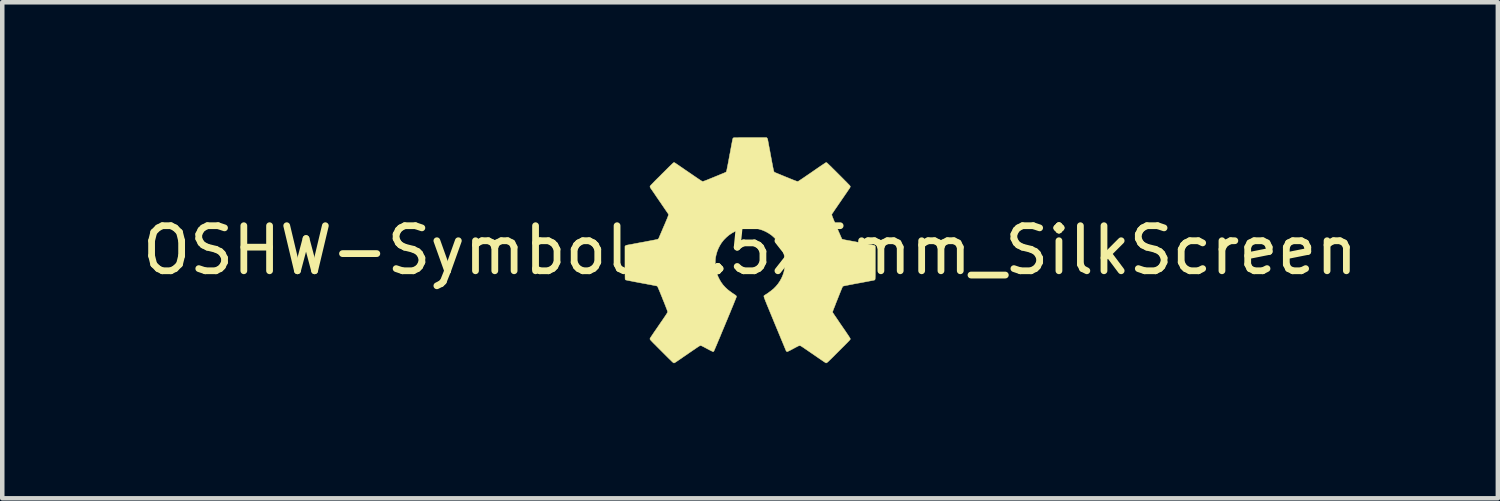
<source format=kicad_pcb>
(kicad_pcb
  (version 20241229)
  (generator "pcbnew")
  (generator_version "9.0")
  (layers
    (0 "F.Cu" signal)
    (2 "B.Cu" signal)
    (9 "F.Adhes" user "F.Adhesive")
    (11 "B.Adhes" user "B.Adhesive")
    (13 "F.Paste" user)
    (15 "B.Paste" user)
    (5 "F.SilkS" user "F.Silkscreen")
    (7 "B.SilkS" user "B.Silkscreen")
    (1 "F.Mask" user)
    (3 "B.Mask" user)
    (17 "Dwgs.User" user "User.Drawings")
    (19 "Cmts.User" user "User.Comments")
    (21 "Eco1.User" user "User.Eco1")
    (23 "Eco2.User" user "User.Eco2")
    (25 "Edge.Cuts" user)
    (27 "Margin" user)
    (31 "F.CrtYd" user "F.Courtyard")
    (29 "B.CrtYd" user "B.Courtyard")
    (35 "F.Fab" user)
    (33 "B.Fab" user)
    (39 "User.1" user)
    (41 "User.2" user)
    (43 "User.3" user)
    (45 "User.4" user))
  (footprint "OSHW-Symbol_5.5x5mm_SilkScreen"
    (layer "F.Cu")
    (at 13.601 2.506)
    (property "Reference" "OSHW-Symbol_5.5x5mm_SilkScreen" (at 0 0 0) (layer "F.SilkS") (effects (font (size 1 1) (thickness 0.15))))
    (attr exclude_from_pos_files exclude_from_bom)
    (fp_poly (pts (xy 0.377 -2.491) (xy 0.387 -2.476) (xy 0.392 -2.461) (xy 0.393 -2.454) (xy 0.395 -2.441) (xy 0.399 -2.422) (xy 0.403 -2.398) (xy 0.409 -2.368) (xy 0.415 -2.334) (xy 0.422 -2.296) (xy 0.43 -2.254) (xy 0.439 -2.21) (xy 0.447 -2.163) (xy 0.456 -2.114) (xy 0.459 -2.098) (xy 0.47 -2.04) (xy 0.48 -1.988) (xy 0.488 -1.943) (xy 0.496 -1.904) (xy 0.502 -1.87) (xy 0.508 -1.841) (xy 0.513 -1.816) (xy 0.517 -1.796) (xy 0.521 -1.779) (xy 0.524 -1.766) (xy 0.528 -1.756) (xy 0.53 -1.748) (xy 0.533 -1.742) (xy 0.536 -1.738) (xy 0.539 -1.735) (xy 0.542 -1.733) (xy 0.545 -1.731) (xy 0.547 -1.73) (xy 0.552 -1.728) (xy 0.563 -1.723) (xy 0.58 -1.716) (xy 0.602 -1.707) (xy 0.628 -1.696) (xy 0.658 -1.684) (xy 0.691 -1.67) (xy 0.728 -1.655) (xy 0.766 -1.639) (xy 0.798 -1.626) (xy 0.846 -1.607) (xy 0.888 -1.589) (xy 0.925 -1.575) (xy 0.956 -1.562) (xy 0.981 -1.552) (xy 1.003 -1.544) (xy 1.02 -1.538) (xy 1.033 -1.533) (xy 1.043 -1.53) (xy 1.05 -1.529) (xy 1.054 -1.528) (xy 1.056 -1.528) (xy 1.057 -1.528) (xy 1.059 -1.527) (xy 1.061 -1.527) (xy 1.063 -1.528) (xy 1.065 -1.529) (xy 1.069 -1.531) (xy 1.075 -1.534) (xy 1.081 -1.538) (xy 1.09 -1.544) (xy 1.101 -1.551) (xy 1.115 -1.56) (xy 1.131 -1.571) (xy 1.151 -1.584) (xy 1.173 -1.599) (xy 1.2 -1.617) (xy 1.23 -1.638) (xy 1.265 -1.662) (xy 1.305 -1.689) (xy 1.349 -1.719) (xy 1.398 -1.753) (xy 1.453 -1.791) (xy 1.505 -1.827) (xy 1.536 -1.848) (xy 1.566 -1.869) (xy 1.594 -1.887) (xy 1.619 -1.904) (xy 1.64 -1.918) (xy 1.658 -1.93) (xy 1.671 -1.939) (xy 1.679 -1.944) (xy 1.681 -1.945) (xy 1.692 -1.947) (xy 1.699 -1.947) (xy 1.703 -1.944) (xy 1.713 -1.936) (xy 1.726 -1.923) (xy 1.745 -1.905) (xy 1.769 -1.882) (xy 1.798 -1.855) (xy 1.831 -1.821) (xy 1.87 -1.783) (xy 1.913 -1.74) (xy 1.962 -1.691) (xy 1.967 -1.686) (xy 2.009 -1.644) (xy 2.046 -1.607) (xy 2.079 -1.574) (xy 2.107 -1.545) (xy 2.132 -1.521) (xy 2.153 -1.499) (xy 2.17 -1.481) (xy 2.185 -1.466) (xy 2.197 -1.454) (xy 2.206 -1.444) (xy 2.213 -1.436) (xy 2.218 -1.43) (xy 2.221 -1.425) (xy 2.223 -1.422) (xy 2.225 -1.419) (xy 2.225 -1.416) (xy 2.225 -1.415) (xy 2.222 -1.402) (xy 2.215 -1.387) (xy 2.215 -1.386) (xy 2.211 -1.381) (xy 2.204 -1.37) (xy 2.193 -1.354) (xy 2.179 -1.334) (xy 2.162 -1.309) (xy 2.143 -1.28) (xy 2.121 -1.249) (xy 2.097 -1.214) (xy 2.072 -1.177) (xy 2.045 -1.138) (xy 2.017 -1.097) (xy 2.014 -1.092) (xy 1.986 -1.052) (xy 1.959 -1.013) (xy 1.934 -0.976) (xy 1.911 -0.942) (xy 1.889 -0.911) (xy 1.87 -0.883) (xy 1.854 -0.858) (xy 1.84 -0.838) (xy 1.829 -0.823) (xy 1.822 -0.812) (xy 1.819 -0.807) (xy 1.819 -0.807) (xy 1.817 -0.803) (xy 1.816 -0.799) (xy 1.815 -0.794) (xy 1.815 -0.788) (xy 1.816 -0.781) (xy 1.819 -0.771) (xy 1.822 -0.759) (xy 1.828 -0.744) (xy 1.835 -0.726) (xy 1.844 -0.704) (xy 1.854 -0.678) (xy 1.868 -0.646) (xy 1.883 -0.61) (xy 1.901 -0.568) (xy 1.922 -0.519) (xy 1.922 -0.518) (xy 1.94 -0.477) (xy 1.956 -0.439) (xy 1.972 -0.402) (xy 1.987 -0.369) (xy 2 -0.339) (xy 2.011 -0.313) (xy 2.021 -0.291) (xy 2.028 -0.274) (xy 2.033 -0.263) (xy 2.035 -0.258) (xy 2.035 -0.258) (xy 2.037 -0.255) (xy 2.039 -0.253) (xy 2.042 -0.25) (xy 2.045 -0.248) (xy 2.05 -0.246) (xy 2.056 -0.243) (xy 2.065 -0.241) (xy 2.077 -0.238) (xy 2.092 -0.234) (xy 2.111 -0.23) (xy 2.135 -0.226) (xy 2.163 -0.22) (xy 2.197 -0.214) (xy 2.237 -0.207) (xy 2.283 -0.198) (xy 2.312 -0.193) (xy 2.381 -0.18) (xy 2.443 -0.168) (xy 2.499 -0.158) (xy 2.548 -0.149) (xy 2.592 -0.141) (xy 2.629 -0.134) (xy 2.661 -0.128) (xy 2.688 -0.123) (xy 2.71 -0.119) (xy 2.727 -0.115) (xy 2.74 -0.113) (xy 2.748 -0.111) (xy 2.753 -0.11) (xy 2.754 -0.11) (xy 2.762 -0.106) (xy 2.77 -0.099) (xy 2.771 -0.097) (xy 2.78 -0.087) (xy 2.78 0.274) (xy 2.78 0.335) (xy 2.78 0.389) (xy 2.78 0.436) (xy 2.78 0.477) (xy 2.78 0.513) (xy 2.78 0.543) (xy 2.779 0.569) (xy 2.779 0.59) (xy 2.778 0.608) (xy 2.778 0.622) (xy 2.777 0.633) (xy 2.775 0.641) (xy 2.774 0.648) (xy 2.772 0.652) (xy 2.77 0.655) (xy 2.768 0.657) (xy 2.766 0.659) (xy 2.763 0.66) (xy 2.762 0.66) (xy 2.758 0.662) (xy 2.747 0.664) (xy 2.73 0.668) (xy 2.707 0.672) (xy 2.679 0.678) (xy 2.646 0.684) (xy 2.609 0.691) (xy 2.569 0.699) (xy 2.525 0.707) (xy 2.479 0.716) (xy 2.431 0.725) (xy 2.416 0.727) (xy 2.358 0.738) (xy 2.304 0.748) (xy 2.255 0.758) (xy 2.211 0.766) (xy 2.172 0.774) (xy 2.139 0.78) (xy 2.112 0.786) (xy 2.091 0.79) (xy 2.076 0.794) (xy 2.068 0.796) (xy 2.067 0.796) (xy 2.058 0.804) (xy 2.053 0.81) (xy 2.05 0.816) (xy 2.045 0.828) (xy 2.038 0.845) (xy 2.029 0.866) (xy 2.018 0.892) (xy 2.006 0.922) (xy 1.993 0.954) (xy 1.979 0.989) (xy 1.965 1.025) (xy 1.95 1.062) (xy 1.935 1.1) (xy 1.92 1.138) (xy 1.905 1.174) (xy 1.892 1.21) (xy 1.879 1.243) (xy 1.867 1.273) (xy 1.856 1.3) (xy 1.847 1.323) (xy 1.841 1.342) (xy 1.836 1.355) (xy 1.833 1.363) (xy 1.833 1.364) (xy 1.834 1.375) (xy 1.836 1.384) (xy 1.839 1.388) (xy 1.845 1.398) (xy 1.855 1.412) (xy 1.868 1.432) (xy 1.884 1.456) (xy 1.903 1.483) (xy 1.924 1.514) (xy 1.947 1.548) (xy 1.972 1.585) (xy 1.998 1.624) (xy 2.026 1.664) (xy 2.032 1.673) (xy 2.065 1.721) (xy 2.094 1.763) (xy 2.119 1.799) (xy 2.14 1.831) (xy 2.159 1.859) (xy 2.175 1.882) (xy 2.188 1.902) (xy 2.198 1.918) (xy 2.207 1.931) (xy 2.213 1.942) (xy 2.218 1.95) (xy 2.221 1.956) (xy 2.223 1.961) (xy 2.225 1.965) (xy 2.225 1.968) (xy 2.225 1.969) (xy 2.225 1.971) (xy 2.225 1.974) (xy 2.223 1.977) (xy 2.222 1.98) (xy 2.218 1.985) (xy 2.214 1.991) (xy 2.207 1.998) (xy 2.199 2.007) (xy 2.188 2.019) (xy 2.174 2.033) (xy 2.158 2.05) (xy 2.138 2.07) (xy 2.114 2.094) (xy 2.087 2.122) (xy 2.055 2.153) (xy 2.019 2.189) (xy 1.978 2.23) (xy 1.968 2.24) (xy 1.925 2.283) (xy 1.887 2.321) (xy 1.854 2.355) (xy 1.824 2.384) (xy 1.799 2.409) (xy 1.777 2.43) (xy 1.758 2.448) (xy 1.743 2.463) (xy 1.73 2.475) (xy 1.719 2.484) (xy 1.71 2.491) (xy 1.703 2.496) (xy 1.697 2.499) (xy 1.693 2.501) (xy 1.689 2.501) (xy 1.685 2.501) (xy 1.682 2.499) (xy 1.679 2.498) (xy 1.674 2.495) (xy 1.665 2.489) (xy 1.65 2.479) (xy 1.63 2.466) (xy 1.606 2.45) (xy 1.579 2.431) (xy 1.548 2.41) (xy 1.514 2.387) (xy 1.478 2.362) (xy 1.439 2.335) (xy 1.4 2.308) (xy 1.397 2.306) (xy 1.35 2.274) (xy 1.309 2.246) (xy 1.273 2.221) (xy 1.242 2.2) (xy 1.215 2.182) (xy 1.193 2.166) (xy 1.174 2.154) (xy 1.158 2.143) (xy 1.145 2.135) (xy 1.135 2.129) (xy 1.127 2.124) (xy 1.12 2.121) (xy 1.115 2.119) (xy 1.111 2.118) (xy 1.108 2.117) (xy 1.105 2.117) (xy 1.1 2.117) (xy 1.096 2.117) (xy 1.09 2.118) (xy 1.083 2.12) (xy 1.075 2.124) (xy 1.063 2.129) (xy 1.048 2.137) (xy 1.029 2.147) (xy 1.005 2.159) (xy 0.976 2.175) (xy 0.961 2.183) (xy 0.933 2.198) (xy 0.907 2.212) (xy 0.883 2.224) (xy 0.862 2.234) (xy 0.846 2.242) (xy 0.834 2.248) (xy 0.828 2.25) (xy 0.827 2.25) (xy 0.814 2.247) (xy 0.803 2.237) (xy 0.801 2.233) (xy 0.799 2.229) (xy 0.794 2.218) (xy 0.787 2.201) (xy 0.778 2.179) (xy 0.766 2.151) (xy 0.753 2.118) (xy 0.737 2.081) (xy 0.72 2.039) (xy 0.701 1.994) (xy 0.68 1.944) (xy 0.659 1.892) (xy 0.636 1.837) (xy 0.612 1.779) (xy 0.587 1.719) (xy 0.561 1.657) (xy 0.55 1.63) (xy 0.519 1.555) (xy 0.491 1.486) (xy 0.465 1.424) (xy 0.442 1.368) (xy 0.421 1.317) (xy 0.402 1.271) (xy 0.385 1.23) (xy 0.37 1.194) (xy 0.358 1.162) (xy 0.346 1.135) (xy 0.337 1.111) (xy 0.329 1.09) (xy 0.323 1.073) (xy 0.317 1.058) (xy 0.313 1.046) (xy 0.311 1.037) (xy 0.309 1.029) (xy 0.307 1.023) (xy 0.307 1.019) (xy 0.307 1.015) (xy 0.308 1.013) (xy 0.309 1.011) (xy 0.311 1.009) (xy 0.312 1.007) (xy 0.317 1.003) (xy 0.326 0.997) (xy 0.339 0.988) (xy 0.353 0.98) (xy 0.37 0.969) (xy 0.387 0.958) (xy 0.402 0.948) (xy 0.41 0.942) (xy 0.421 0.933) (xy 0.436 0.922) (xy 0.453 0.91) (xy 0.466 0.9) (xy 0.523 0.854) (xy 0.574 0.802) (xy 0.621 0.746) (xy 0.662 0.685) (xy 0.698 0.621) (xy 0.727 0.554) (xy 0.75 0.485) (xy 0.755 0.463) (xy 0.769 0.389) (xy 0.776 0.315) (xy 0.776 0.242) (xy 0.769 0.169) (xy 0.755 0.097) (xy 0.735 0.027) (xy 0.708 -0.041) (xy 0.674 -0.107) (xy 0.633 -0.17) (xy 0.606 -0.207) (xy 0.589 -0.227) (xy 0.568 -0.249) (xy 0.545 -0.273) (xy 0.521 -0.296) (xy 0.497 -0.317) (xy 0.476 -0.335) (xy 0.472 -0.338) (xy 0.41 -0.38) (xy 0.346 -0.416) (xy 0.279 -0.445) (xy 0.21 -0.468) (xy 0.14 -0.484) (xy 0.068 -0.494) (xy -0.004 -0.496) (xy -0.076 -0.492) (xy -0.148 -0.482) (xy -0.219 -0.464) (xy -0.288 -0.44) (xy -0.339 -0.417) (xy -0.404 -0.381) (xy -0.466 -0.339) (xy -0.523 -0.291) (xy -0.577 -0.237) (xy -0.595 -0.216) (xy -0.636 -0.163) (xy -0.672 -0.104) (xy -0.704 -0.042) (xy -0.73 0.024) (xy -0.75 0.091) (xy -0.765 0.16) (xy -0.769 0.194) (xy -0.771 0.217) (xy -0.772 0.244) (xy -0.773 0.273) (xy -0.773 0.303) (xy -0.772 0.331) (xy -0.77 0.356) (xy -0.769 0.367) (xy -0.757 0.441) (xy -0.738 0.512) (xy -0.712 0.581) (xy -0.68 0.647) (xy -0.643 0.71) (xy -0.6 0.769) (xy -0.551 0.823) (xy -0.497 0.873) (xy -0.46 0.902) (xy -0.444 0.914) (xy -0.426 0.926) (xy -0.411 0.938) (xy -0.401 0.945) (xy -0.388 0.954) (xy -0.372 0.965) (xy -0.354 0.976) (xy -0.346 0.982) (xy -0.326 0.995) (xy -0.313 1.006) (xy -0.305 1.016) (xy -0.301 1.026) (xy -0.301 1.03) (xy -0.303 1.034) (xy -0.307 1.045) (xy -0.313 1.062) (xy -0.322 1.084) (xy -0.333 1.111) (xy -0.346 1.142) (xy -0.36 1.178) (xy -0.376 1.218) (xy -0.394 1.261) (xy -0.413 1.307) (xy -0.433 1.356) (xy -0.454 1.407) (xy -0.476 1.459) (xy -0.498 1.513) (xy -0.521 1.568) (xy -0.544 1.623) (xy -0.567 1.679) (xy -0.59 1.734) (xy -0.613 1.788) (xy -0.635 1.841) (xy -0.656 1.893) (xy -0.677 1.943) (xy -0.697 1.99) (xy -0.716 2.035) (xy -0.733 2.076) (xy -0.749 2.114) (xy -0.764 2.148) (xy -0.776 2.177) (xy -0.787 2.202) (xy -0.795 2.221) (xy -0.802 2.235) (xy -0.805 2.243) (xy -0.806 2.244) (xy -0.815 2.249) (xy -0.823 2.25) (xy -0.828 2.249) (xy -0.838 2.244) (xy -0.854 2.236) (xy -0.874 2.227) (xy -0.897 2.215) (xy -0.923 2.201) (xy -0.95 2.187) (xy -0.957 2.183) (xy -0.989 2.166) (xy -1.015 2.152) (xy -1.036 2.141) (xy -1.053 2.132) (xy -1.067 2.126) (xy -1.077 2.121) (xy -1.085 2.118) (xy -1.091 2.117) (xy -1.096 2.116) (xy -1.099 2.116) (xy -1.102 2.116) (xy -1.106 2.117) (xy -1.11 2.118) (xy -1.115 2.12) (xy -1.121 2.123) (xy -1.13 2.128) (xy -1.14 2.135) (xy -1.154 2.143) (xy -1.17 2.154) (xy -1.19 2.167) (xy -1.214 2.184) (xy -1.242 2.203) (xy -1.275 2.225) (xy -1.314 2.252) (xy -1.347 2.274) (xy -1.398 2.31) (xy -1.444 2.341) (xy -1.485 2.369) (xy -1.52 2.394) (xy -1.551 2.415) (xy -1.578 2.433) (xy -1.601 2.449) (xy -1.62 2.462) (xy -1.636 2.472) (xy -1.648 2.481) (xy -1.659 2.487) (xy -1.667 2.492) (xy -1.673 2.496) (xy -1.678 2.499) (xy -1.681 2.5) (xy -1.684 2.501) (xy -1.686 2.501) (xy -1.688 2.501) (xy -1.689 2.501) (xy -1.691 2.501) (xy -1.693 2.501) (xy -1.695 2.5) (xy -1.699 2.499) (xy -1.703 2.496) (xy -1.708 2.492) (xy -1.714 2.487) (xy -1.723 2.479) (xy -1.733 2.47) (xy -1.746 2.457) (xy -1.761 2.442) (xy -1.78 2.424) (xy -1.802 2.403) (xy -1.828 2.377) (xy -1.857 2.348) (xy -1.891 2.314) (xy -1.929 2.276) (xy -1.963 2.242) (xy -2.005 2.2) (xy -2.042 2.163) (xy -2.075 2.13) (xy -2.103 2.101) (xy -2.128 2.077) (xy -2.149 2.056) (xy -2.166 2.038) (xy -2.181 2.023) (xy -2.192 2.01) (xy -2.201 2.001) (xy -2.208 1.993) (xy -2.214 1.986) (xy -2.217 1.981) (xy -2.219 1.978) (xy -2.221 1.975) (xy -2.221 1.972) (xy -2.221 1.97) (xy -2.221 1.969) (xy -2.221 1.966) (xy -2.222 1.965) (xy -2.222 1.963) (xy -2.221 1.961) (xy -2.221 1.958) (xy -2.219 1.955) (xy -2.216 1.95) (xy -2.213 1.944) (xy -2.207 1.935) (xy -2.201 1.925) (xy -2.192 1.912) (xy -2.181 1.896) (xy -2.168 1.876) (xy -2.153 1.854) (xy -2.135 1.827) (xy -2.114 1.796) (xy -2.089 1.761) (xy -2.062 1.721) (xy -2.031 1.676) (xy -1.996 1.625) (xy -1.975 1.594) (xy -1.946 1.553) (xy -1.922 1.517) (xy -1.901 1.486) (xy -1.883 1.46) (xy -1.869 1.438) (xy -1.857 1.42) (xy -1.848 1.406) (xy -1.841 1.394) (xy -1.836 1.385) (xy -1.833 1.379) (xy -1.831 1.374) (xy -1.83 1.371) (xy -1.83 1.367) (xy -1.831 1.363) (xy -1.832 1.357) (xy -1.835 1.349) (xy -1.838 1.338) (xy -1.843 1.324) (xy -1.849 1.307) (xy -1.857 1.287) (xy -1.867 1.262) (xy -1.878 1.232) (xy -1.892 1.197) (xy -1.908 1.156) (xy -1.927 1.11) (xy -1.937 1.086) (xy -1.953 1.044) (xy -1.97 1.003) (xy -1.985 0.965) (xy -2 0.929) (xy -2.013 0.897) (xy -2.025 0.869) (xy -2.035 0.846) (xy -2.043 0.827) (xy -2.049 0.814) (xy -2.052 0.807) (xy -2.053 0.806) (xy -2.062 0.798) (xy -2.071 0.792) (xy -2.072 0.792) (xy -2.076 0.791) (xy -2.088 0.788) (xy -2.106 0.785) (xy -2.129 0.78) (xy -2.157 0.775) (xy -2.19 0.768) (xy -2.227 0.761) (xy -2.268 0.754) (xy -2.312 0.745) (xy -2.358 0.737) (xy -2.406 0.728) (xy -2.417 0.726) (xy -2.466 0.717) (xy -2.512 0.708) (xy -2.556 0.7) (xy -2.597 0.692) (xy -2.635 0.684) (xy -2.669 0.678) (xy -2.698 0.672) (xy -2.722 0.667) (xy -2.741 0.663) (xy -2.754 0.66) (xy -2.76 0.659) (xy -2.76 0.658) (xy -2.768 0.651) (xy -2.772 0.644) (xy -2.773 0.64) (xy -2.774 0.632) (xy -2.774 0.62) (xy -2.775 0.602) (xy -2.775 0.58) (xy -2.776 0.552) (xy -2.776 0.518) (xy -2.776 0.479) (xy -2.776 0.433) (xy -2.777 0.381) (xy -2.777 0.322) (xy -2.777 0.274) (xy -2.777 -0.087) (xy -2.768 -0.097) (xy -2.76 -0.105) (xy -2.751 -0.11) (xy -2.75 -0.11) (xy -2.746 -0.111) (xy -2.734 -0.113) (xy -2.717 -0.117) (xy -2.694 -0.121) (xy -2.666 -0.126) (xy -2.633 -0.132) (xy -2.596 -0.139) (xy -2.555 -0.147) (xy -2.512 -0.155) (xy -2.465 -0.164) (xy -2.417 -0.173) (xy -2.4 -0.176) (xy -2.338 -0.187) (xy -2.283 -0.198) (xy -2.235 -0.207) (xy -2.193 -0.215) (xy -2.156 -0.222) (xy -2.126 -0.228) (xy -2.101 -0.233) (xy -2.081 -0.237) (xy -2.065 -0.241) (xy -2.054 -0.244) (xy -2.048 -0.246) (xy -2.045 -0.247) (xy -2.035 -0.255) (xy -2.028 -0.265) (xy -2.028 -0.266) (xy -2.025 -0.271) (xy -2.02 -0.283) (xy -2.013 -0.299) (xy -2.004 -0.321) (xy -1.992 -0.348) (xy -1.979 -0.378) (xy -1.965 -0.412) (xy -1.949 -0.448) (xy -1.933 -0.487) (xy -1.917 -0.524) (xy -1.896 -0.572) (xy -1.878 -0.614) (xy -1.863 -0.65) (xy -1.85 -0.681) (xy -1.839 -0.707) (xy -1.83 -0.729) (xy -1.824 -0.747) (xy -1.818 -0.761) (xy -1.815 -0.773) (xy -1.813 -0.782) (xy -1.811 -0.789) (xy -1.811 -0.795) (xy -1.812 -0.8) (xy -1.814 -0.804) (xy -1.815 -0.807) (xy -1.818 -0.811) (xy -1.824 -0.821) (xy -1.834 -0.835) (xy -1.848 -0.855) (xy -1.864 -0.879) (xy -1.883 -0.906) (xy -1.904 -0.937) (xy -1.927 -0.971) (xy -1.952 -1.007) (xy -1.978 -1.046) (xy -2.006 -1.086) (xy -2.01 -1.092) (xy -2.038 -1.133) (xy -2.065 -1.172) (xy -2.091 -1.21) (xy -2.114 -1.245) (xy -2.136 -1.277) (xy -2.156 -1.306) (xy -2.173 -1.331) (xy -2.188 -1.352) (xy -2.199 -1.368) (xy -2.207 -1.38) (xy -2.211 -1.386) (xy -2.211 -1.386) (xy -2.218 -1.401) (xy -2.221 -1.414) (xy -2.221 -1.415) (xy -2.221 -1.418) (xy -2.22 -1.42) (xy -2.219 -1.424) (xy -2.216 -1.428) (xy -2.211 -1.433) (xy -2.205 -1.441) (xy -2.197 -1.45) (xy -2.186 -1.461) (xy -2.173 -1.475) (xy -2.157 -1.491) (xy -2.138 -1.511) (xy -2.115 -1.535) (xy -2.088 -1.562) (xy -2.057 -1.593) (xy -2.021 -1.628) (xy -1.981 -1.668) (xy -1.963 -1.687) (xy -1.915 -1.734) (xy -1.872 -1.777) (xy -1.834 -1.815) (xy -1.801 -1.848) (xy -1.772 -1.876) (xy -1.748 -1.899) (xy -1.729 -1.917) (xy -1.714 -1.931) (xy -1.703 -1.941) (xy -1.697 -1.946) (xy -1.695 -1.947) (xy -1.683 -1.947) (xy -1.674 -1.944) (xy -1.67 -1.941) (xy -1.66 -1.935) (xy -1.645 -1.925) (xy -1.625 -1.911) (xy -1.601 -1.895) (xy -1.573 -1.876) (xy -1.542 -1.854) (xy -1.507 -1.831) (xy -1.47 -1.805) (xy -1.431 -1.778) (xy -1.389 -1.75) (xy -1.365 -1.733) (xy -1.316 -1.7) (xy -1.273 -1.67) (xy -1.235 -1.644) (xy -1.201 -1.621) (xy -1.173 -1.602) (xy -1.148 -1.585) (xy -1.127 -1.571) (xy -1.11 -1.56) (xy -1.096 -1.55) (xy -1.084 -1.543) (xy -1.075 -1.538) (xy -1.068 -1.534) (xy -1.062 -1.531) (xy -1.058 -1.529) (xy -1.054 -1.528) (xy -1.051 -1.528) (xy -1.05 -1.528) (xy -1.045 -1.529) (xy -1.038 -1.53) (xy -1.029 -1.533) (xy -1.016 -1.538) (xy -0.999 -1.544) (xy -0.978 -1.552) (xy -0.952 -1.562) (xy -0.922 -1.574) (xy -0.886 -1.589) (xy -0.844 -1.606) (xy -0.796 -1.625) (xy -0.794 -1.626) (xy -0.754 -1.643) (xy -0.716 -1.658) (xy -0.68 -1.673) (xy -0.647 -1.687) (xy -0.618 -1.699) (xy -0.592 -1.709) (xy -0.572 -1.718) (xy -0.556 -1.725) (xy -0.546 -1.729) (xy -0.543 -1.731) (xy -0.533 -1.738) (xy -0.525 -1.748) (xy -0.525 -1.749) (xy -0.523 -1.754) (xy -0.52 -1.766) (xy -0.516 -1.785) (xy -0.511 -1.81) (xy -0.505 -1.842) (xy -0.497 -1.88) (xy -0.488 -1.926) (xy -0.478 -1.978) (xy -0.467 -2.038) (xy -0.455 -2.104) (xy -0.454 -2.11) (xy -0.444 -2.159) (xy -0.435 -2.207) (xy -0.427 -2.252) (xy -0.419 -2.295) (xy -0.412 -2.334) (xy -0.405 -2.37) (xy -0.399 -2.401) (xy -0.394 -2.427) (xy -0.39 -2.448) (xy -0.387 -2.462) (xy -0.385 -2.471) (xy -0.385 -2.472) (xy -0.38 -2.484) (xy -0.372 -2.493) (xy -0.371 -2.493) (xy -0.37 -2.495) (xy -0.368 -2.496) (xy -0.365 -2.497) (xy -0.361 -2.497) (xy -0.356 -2.498) (xy -0.349 -2.499) (xy -0.339 -2.499) (xy -0.326 -2.5) (xy -0.31 -2.5) (xy -0.291 -2.5) (xy -0.267 -2.5) (xy -0.238 -2.501) (xy -0.205 -2.501) (xy -0.166 -2.501) (xy -0.121 -2.501) (xy -0.07 -2.501) (xy -0.013 -2.501) (xy 0.367 -2.501) (xy 0.377 -2.491)) (stroke (width 0.01) (type solid)) (fill yes) (layer "F.SilkS")))
  (gr_rect
    (start -3 -3)
    (end 30.202 8.012)
    (stroke (width 0.1) (type default))
    (fill no)
    (layer "Edge.Cuts")))
</source>
